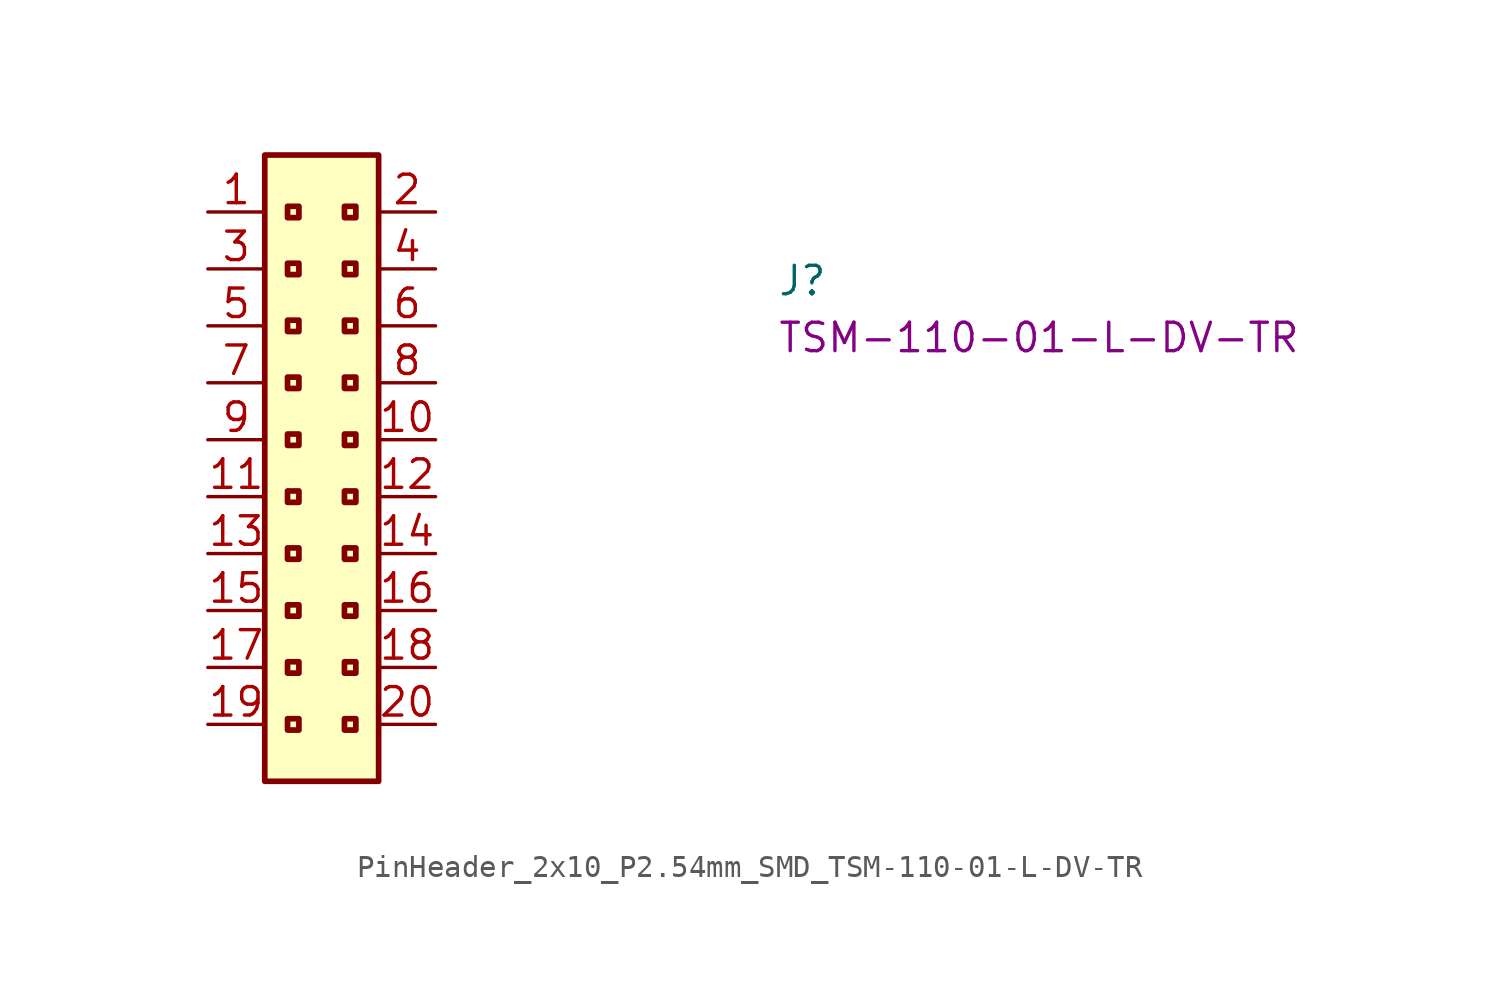
<source format=kicad_sym>
(kicad_symbol_lib
  (version 20220914)
  (generator kicad_symbol_editor)
  (symbol "PinHeader_2x10_P2.54mm_SMD_TSM-110-01-L-DV-TR"
    (property "Reference" "J"
      (at 25.4 -3.81 0)
      (effects (font (size 1.27 1.27) (thickness 0.15)) (justify left bottom)))
    (property "MPN" "TSM-110-01-L-DV-TR"
      (at 25.4 -6.35 0)
      (effects (font (size 1.27 1.27) (thickness 0.15)) (justify left bottom)))
    (symbol "PinHeader_2x10_P2.54mm_SMD_TSM-110-01-L-DV-TR_1_1"
      (rectangle (start 2.54 2.54) (end 7.62 -25.4) (stroke (width 0.254) (type default)) (fill (type background)))
      (rectangle (start 3.556 -22.606) (end 4.064 -23.114) (stroke (width 0.254) (type default)) (fill (type background)))
      (rectangle (start 3.556 -20.066) (end 4.064 -20.574) (stroke (width 0.254) (type default)) (fill (type background)))
      (rectangle (start 3.556 -17.526) (end 4.064 -18.034) (stroke (width 0.254) (type default)) (fill (type background)))
      (rectangle (start 3.556 -14.986) (end 4.064 -15.494) (stroke (width 0.254) (type default)) (fill (type background)))
      (rectangle (start 3.556 -12.446) (end 4.064 -12.954) (stroke (width 0.254) (type default)) (fill (type background)))
      (rectangle (start 3.556 -9.906) (end 4.064 -10.414) (stroke (width 0.254) (type default)) (fill (type background)))
      (rectangle (start 3.556 -7.366) (end 4.064 -7.874) (stroke (width 0.254) (type default)) (fill (type background)))
      (rectangle (start 3.556 -4.826) (end 4.064 -5.334) (stroke (width 0.254) (type default)) (fill (type background)))
      (rectangle (start 3.556 -2.286) (end 4.064 -2.794) (stroke (width 0.254) (type default)) (fill (type background)))
      (rectangle (start 3.556 0.254) (end 4.064 -0.254) (stroke (width 0.254) (type default)) (fill (type background)))
      (rectangle (start 6.096 -22.606) (end 6.604 -23.114) (stroke (width 0.254) (type default)) (fill (type background)))
      (rectangle (start 6.096 -20.066) (end 6.604 -20.574) (stroke (width 0.254) (type default)) (fill (type background)))
      (rectangle (start 6.096 -17.526) (end 6.604 -18.034) (stroke (width 0.254) (type default)) (fill (type background)))
      (rectangle (start 6.096 -14.986) (end 6.604 -15.494) (stroke (width 0.254) (type default)) (fill (type background)))
      (rectangle (start 6.096 -12.446) (end 6.604 -12.954) (stroke (width 0.254) (type default)) (fill (type background)))
      (rectangle (start 6.096 -9.906) (end 6.604 -10.414) (stroke (width 0.254) (type default)) (fill (type background)))
      (rectangle (start 6.096 -7.366) (end 6.604 -7.874) (stroke (width 0.254) (type default)) (fill (type background)))
      (rectangle (start 6.096 -4.826) (end 6.604 -5.334) (stroke (width 0.254) (type default)) (fill (type background)))
      (rectangle (start 6.096 -2.286) (end 6.604 -2.794) (stroke (width 0.254) (type default)) (fill (type background)))
      (rectangle (start 6.096 0.254) (end 6.604 -0.254) (stroke (width 0.254) (type default)) (fill (type background)))
      (pin passive line (at 0 0 0) (length 2.54) (name "~" (effects (font (size 1.27 1.27)))) (number "1" (effects (font (size 1.27 1.27)))))
      (pin passive line (at 10.16 -10.16 180) (length 2.54) (name "~" (effects (font (size 1.27 1.27)))) (number "10" (effects (font (size 1.27 1.27)))))
      (pin passive line (at 0 -12.7 0) (length 2.54) (name "~" (effects (font (size 1.27 1.27)))) (number "11" (effects (font (size 1.27 1.27)))))
      (pin passive line (at 10.16 -12.7 180) (length 2.54) (name "~" (effects (font (size 1.27 1.27)))) (number "12" (effects (font (size 1.27 1.27)))))
      (pin passive line (at 0 -15.24 0) (length 2.54) (name "~" (effects (font (size 1.27 1.27)))) (number "13" (effects (font (size 1.27 1.27)))))
      (pin passive line (at 10.16 -15.24 180) (length 2.54) (name "~" (effects (font (size 1.27 1.27)))) (number "14" (effects (font (size 1.27 1.27)))))
      (pin passive line (at 0 -17.78 0) (length 2.54) (name "" (effects (font (size 1.27 1.27)))) (number "15" (effects (font (size 1.27 1.27)))))
      (pin passive line (at 10.16 -17.78 180) (length 2.54) (name "~" (effects (font (size 1.27 1.27)))) (number "16" (effects (font (size 1.27 1.27)))))
      (pin passive line (at 0 -20.32 0) (length 2.54) (name "~" (effects (font (size 1.27 1.27)))) (number "17" (effects (font (size 1.27 1.27)))))
      (pin passive line (at 10.16 -20.32 180) (length 2.54) (name "~" (effects (font (size 1.27 1.27)))) (number "18" (effects (font (size 1.27 1.27)))))
      (pin passive line (at 0 -22.86 0) (length 2.54) (name "" (effects (font (size 1.27 1.27)))) (number "19" (effects (font (size 1.27 1.27)))))
      (pin passive line (at 10.16 0 180) (length 2.54) (name "~" (effects (font (size 1.27 1.27)))) (number "2" (effects (font (size 1.27 1.27)))))
      (pin passive line (at 10.16 -22.86 180) (length 2.54) (name "~" (effects (font (size 1.27 1.27)))) (number "20" (effects (font (size 1.27 1.27)))))
      (pin passive line (at 0 -2.54 0) (length 2.54) (name "~" (effects (font (size 1.27 1.27)))) (number "3" (effects (font (size 1.27 1.27)))))
      (pin passive line (at 10.16 -2.54 180) (length 2.54) (name "~" (effects (font (size 1.27 1.27)))) (number "4" (effects (font (size 1.27 1.27)))))
      (pin passive line (at 0 -5.08 0) (length 2.54) (name "~" (effects (font (size 1.27 1.27)))) (number "5" (effects (font (size 1.27 1.27)))))
      (pin passive line (at 10.16 -5.08 180) (length 2.54) (name "~" (effects (font (size 1.27 1.27)))) (number "6" (effects (font (size 1.27 1.27)))))
      (pin passive line (at 0 -7.62 0) (length 2.54) (name "~" (effects (font (size 1.27 1.27)))) (number "7" (effects (font (size 1.27 1.27)))))
      (pin passive line (at 10.16 -7.62 180) (length 2.54) (name "~" (effects (font (size 1.27 1.27)))) (number "8" (effects (font (size 1.27 1.27)))))
      (pin passive line (at 0 -10.16 0) (length 2.54) (name "~" (effects (font (size 1.27 1.27)))) (number "9" (effects (font (size 1.27 1.27))))))))
</source>
